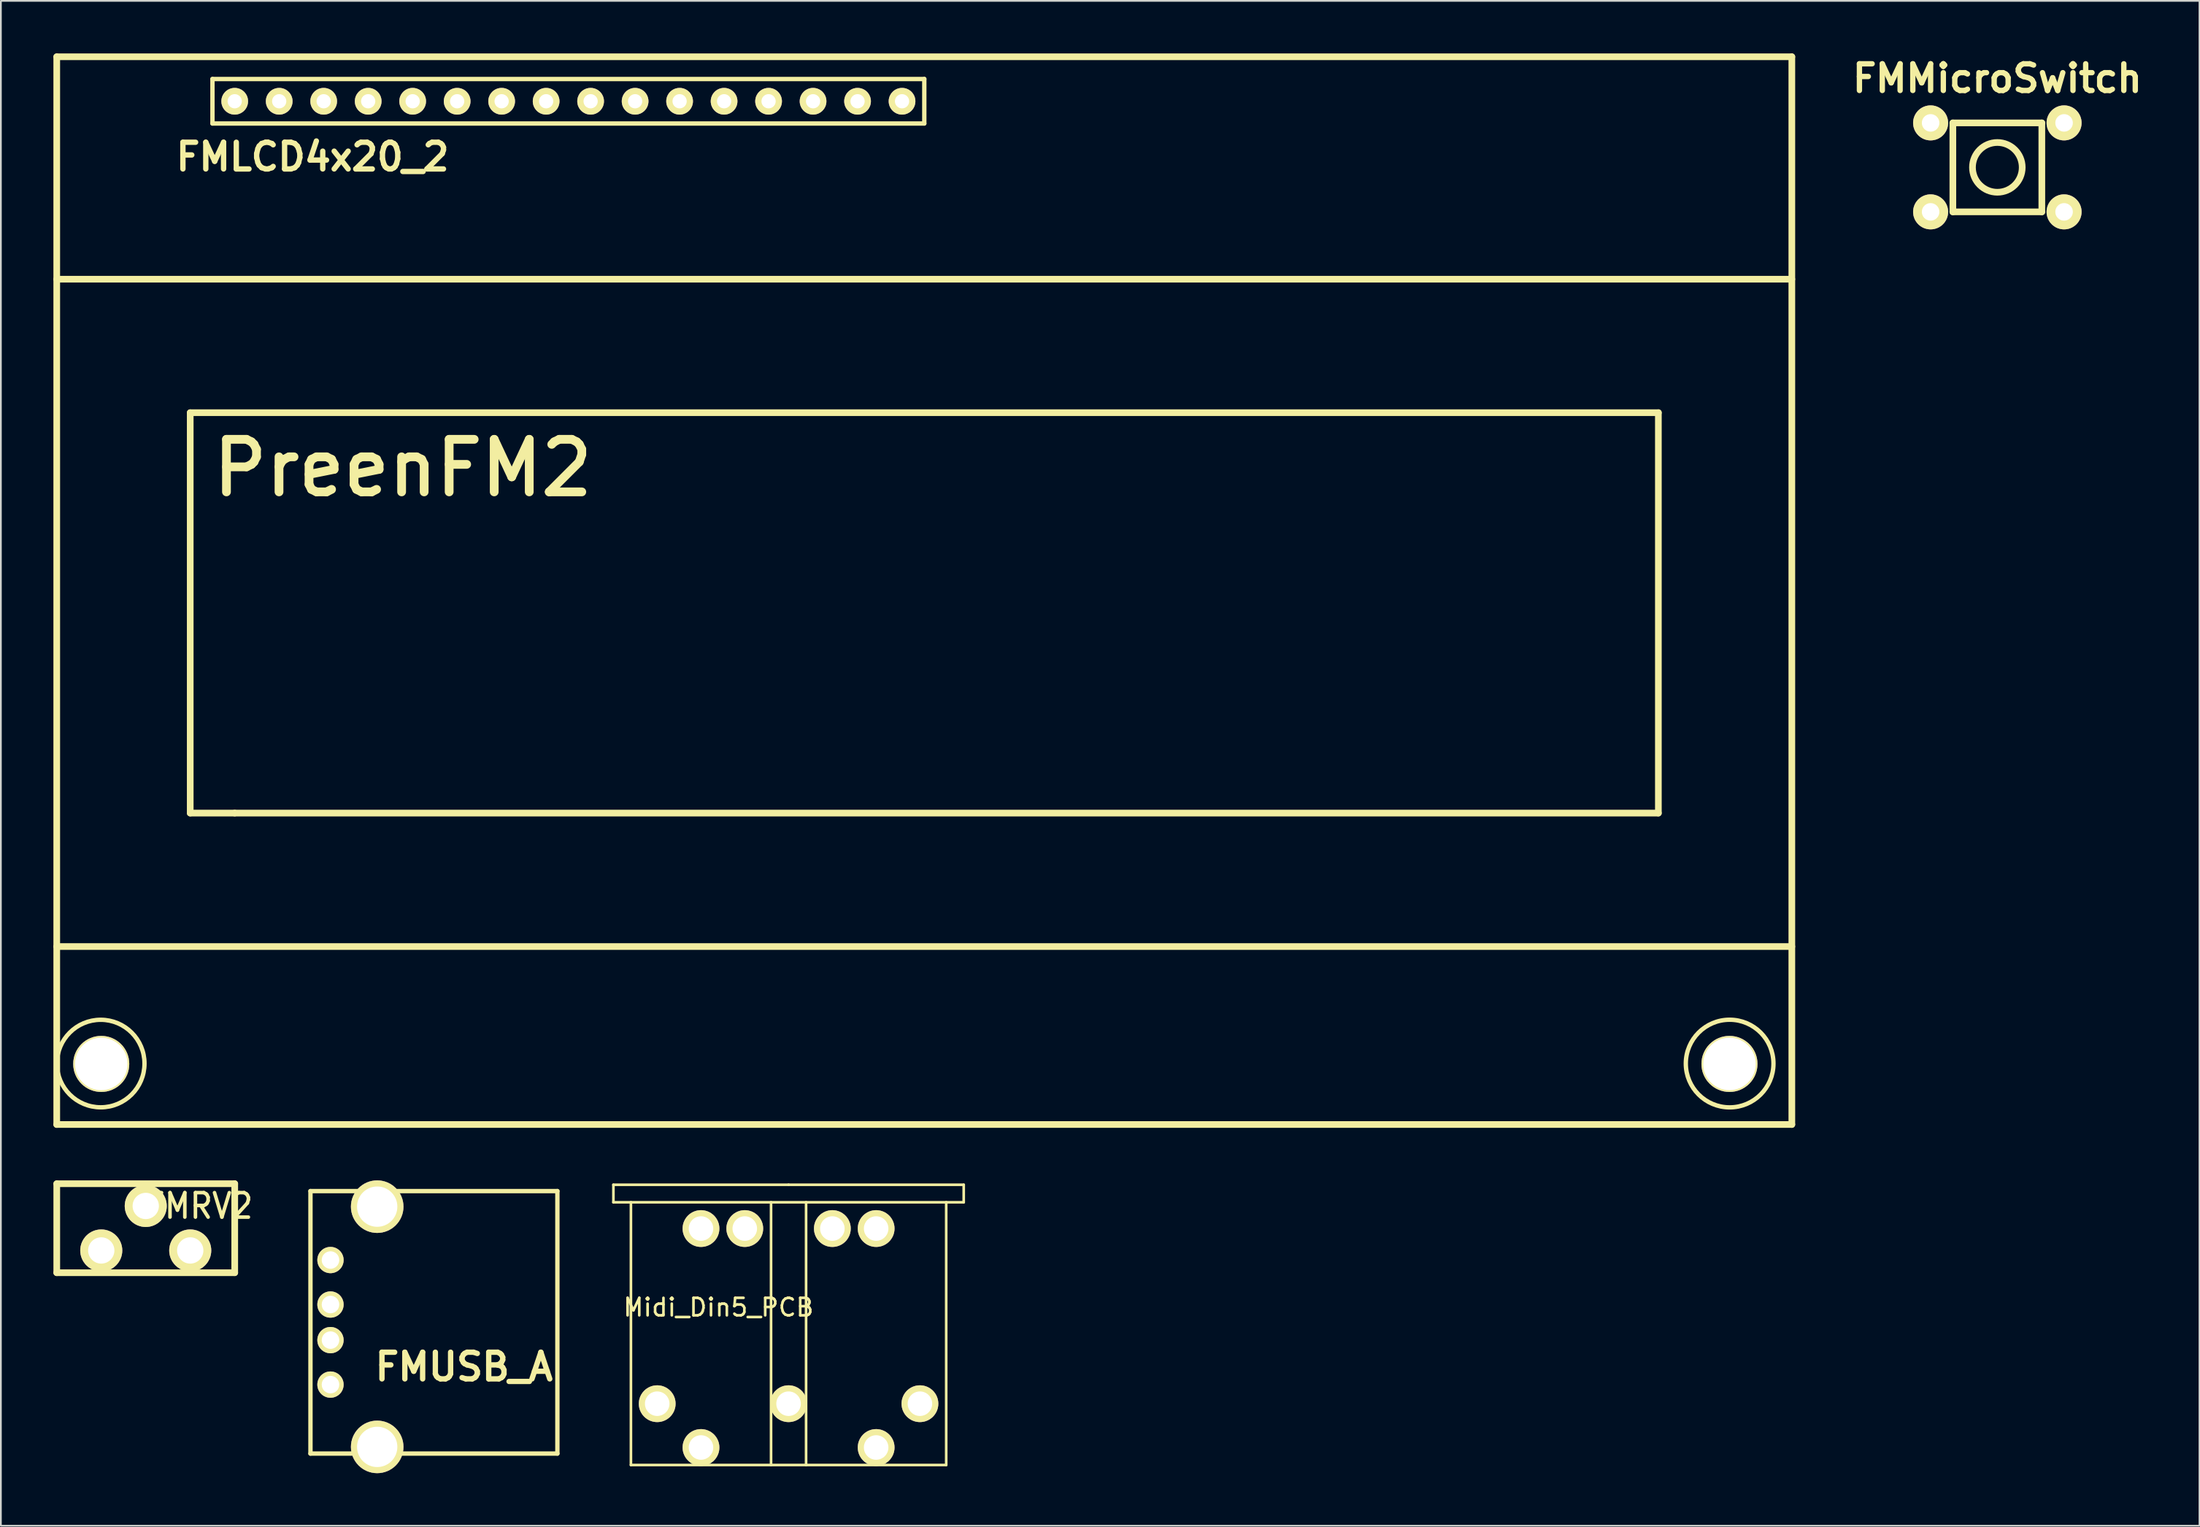
<source format=kicad_pcb>
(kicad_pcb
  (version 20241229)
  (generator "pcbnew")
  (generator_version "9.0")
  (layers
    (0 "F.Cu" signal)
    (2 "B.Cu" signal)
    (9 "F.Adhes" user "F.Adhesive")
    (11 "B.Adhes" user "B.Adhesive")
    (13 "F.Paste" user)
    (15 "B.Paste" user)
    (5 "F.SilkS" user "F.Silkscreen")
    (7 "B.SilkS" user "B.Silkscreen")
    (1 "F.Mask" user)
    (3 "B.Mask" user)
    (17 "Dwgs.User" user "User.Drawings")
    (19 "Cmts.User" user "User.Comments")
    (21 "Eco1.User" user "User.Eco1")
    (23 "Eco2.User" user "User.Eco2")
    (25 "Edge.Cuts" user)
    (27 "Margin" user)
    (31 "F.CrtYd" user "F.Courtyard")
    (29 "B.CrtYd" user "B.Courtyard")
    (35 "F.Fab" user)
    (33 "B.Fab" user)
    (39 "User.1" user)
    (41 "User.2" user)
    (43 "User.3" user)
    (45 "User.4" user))
  (footprint "FMMicroSwitch"
    (layer "F.Cu")
    (at 110.983 6.506)
    (property "Reference" "FMMicroSwitch" (at 0 -5.08 0) (layer "F.SilkS") (effects (font (size 1.524 1.524) (thickness 0.305))))
    (attr through_hole)
    (fp_line (start -2.54 -2.54) (end 2.54 -2.54) (stroke (width 0.381) (type solid)) (layer "F.SilkS"))
    (fp_line (start -2.54 2.54) (end -2.54 -2.54) (stroke (width 0.381) (type solid)) (layer "F.SilkS"))
    (fp_line (start 2.54 -2.54) (end 2.54 2.54) (stroke (width 0.381) (type solid)) (layer "F.SilkS"))
    (fp_line (start 2.54 2.54) (end -2.54 2.54) (stroke (width 0.381) (type solid)) (layer "F.SilkS"))
    (fp_circle (center 0 0) (end 1.27 0.635) (stroke (width 0.381) (type solid)) (fill no) (layer "F.SilkS"))
    (pad "" thru_hole circle (at 3.81 -2.54) (size 1.999 1.999) (drill 1.001) (layers "*.Cu" "*.Mask" "F.SilkS"))
    (pad "" thru_hole circle (at 3.81 2.54) (size 1.999 1.999) (drill 1.001) (layers "*.Cu" "*.Mask" "F.SilkS"))
    (pad "1" thru_hole circle (at -3.81 -2.54) (size 1.999 1.999) (drill 1.001) (layers "*.Cu" "*.Mask" "F.SilkS"))
    (pad "2" thru_hole circle (at -3.81 2.54) (size 1.999 1.999) (drill 1.001) (layers "*.Cu" "*.Mask" "F.SilkS")))
  (footprint "FMLCD4x20_2"
    (layer "F.Cu")
    (at 48.45 30.671)
    (property "Reference" "FMLCD4x20_2" (at -33.655 -24.765 0) (layer "F.SilkS") (effects (font (size 1.524 1.524) (thickness 0.305))))
    (attr through_hole)
    (fp_line (start -48.26 -30.48) (end 50.8 -30.48) (stroke (width 0.381) (type solid)) (layer "F.SilkS"))
    (fp_line (start -48.26 -17.78) (end 50.8 -17.78) (stroke (width 0.381) (type solid)) (layer "F.SilkS"))
    (fp_line (start -48.26 20.32) (end 50.8 20.32) (stroke (width 0.381) (type solid)) (layer "F.SilkS"))
    (fp_line (start -48.26 30.48) (end -48.26 -30.48) (stroke (width 0.381) (type solid)) (layer "F.SilkS"))
    (fp_line (start -40.64 -10.16) (end 43.18 -10.16) (stroke (width 0.381) (type solid)) (layer "F.SilkS"))
    (fp_line (start -40.64 12.7) (end -40.64 -10.16) (stroke (width 0.381) (type solid)) (layer "F.SilkS"))
    (fp_line (start -39.37 -29.21) (end -39.37 -26.67) (stroke (width 0.249) (type solid)) (layer "F.SilkS"))
    (fp_line (start -39.37 -26.67) (end 1.27 -26.67) (stroke (width 0.249) (type solid)) (layer "F.SilkS"))
    (fp_line (start -38.1 12.7) (end -40.64 12.7) (stroke (width 0.381) (type solid)) (layer "F.SilkS"))
    (fp_line (start 1.27 -29.21) (end -39.37 -29.21) (stroke (width 0.249) (type solid)) (layer "F.SilkS"))
    (fp_line (start 1.27 -26.67) (end 1.27 -29.21) (stroke (width 0.249) (type solid)) (layer "F.SilkS"))
    (fp_line (start 43.18 -10.16) (end 43.18 12.7) (stroke (width 0.381) (type solid)) (layer "F.SilkS"))
    (fp_line (start 43.18 12.7) (end -38.1 12.7) (stroke (width 0.381) (type solid)) (layer "F.SilkS"))
    (fp_line (start 50.8 -30.48) (end 50.8 30.48) (stroke (width 0.381) (type solid)) (layer "F.SilkS"))
    (fp_line (start 50.8 30.48) (end -48.26 30.48) (stroke (width 0.381) (type solid)) (layer "F.SilkS"))
    (fp_circle (center -45.75 27) (end -43.251 27) (stroke (width 0.249) (type solid)) (fill no) (layer "F.SilkS"))
    (fp_circle (center 47.249 27) (end 49.751 27) (stroke (width 0.249) (type solid)) (fill no) (layer "F.SilkS"))
    (fp_text user "PreenFM2" (at -28.499 -7 0) (layer "F.SilkS") (effects (font (size 3 3) (thickness 0.5))))
    (pad "" thru_hole circle (at -45.72 27.021) (size 3.2 3.2) (drill 3) (layers "*.Cu" "*.Mask" "F.SilkS"))
    (pad "" thru_hole circle (at 47.239 27.021) (size 3.2 3.2) (drill 3) (layers "*.Cu" "*.Mask" "F.SilkS"))
    (pad "1" thru_hole circle (at -38.1 -27.94) (size 1.524 1.524) (drill 0.813) (layers "*.Cu" "*.Mask" "F.SilkS"))
    (pad "2" thru_hole circle (at -35.56 -27.94) (size 1.524 1.524) (drill 0.813) (layers "*.Cu" "*.Mask" "F.SilkS"))
    (pad "3" thru_hole circle (at -33.02 -27.94) (size 1.524 1.524) (drill 0.813) (layers "*.Cu" "*.Mask" "F.SilkS"))
    (pad "4" thru_hole circle (at -30.48 -27.94) (size 1.524 1.524) (drill 0.813) (layers "*.Cu" "*.Mask" "F.SilkS"))
    (pad "5" thru_hole circle (at -27.94 -27.94) (size 1.524 1.524) (drill 0.813) (layers "*.Cu" "*.Mask" "F.SilkS"))
    (pad "6" thru_hole circle (at -25.4 -27.94) (size 1.524 1.524) (drill 0.813) (layers "*.Cu" "*.Mask" "F.SilkS"))
    (pad "7" thru_hole circle (at -22.86 -27.94) (size 1.524 1.524) (drill 0.813) (layers "*.Cu" "*.Mask" "F.SilkS"))
    (pad "8" thru_hole circle (at -20.32 -27.94) (size 1.524 1.524) (drill 0.813) (layers "*.Cu" "*.Mask" "F.SilkS"))
    (pad "9" thru_hole circle (at -17.78 -27.94) (size 1.524 1.524) (drill 0.813) (layers "*.Cu" "*.Mask" "F.SilkS"))
    (pad "10" thru_hole circle (at -15.24 -27.94) (size 1.524 1.524) (drill 0.813) (layers "*.Cu" "*.Mask" "F.SilkS"))
    (pad "11" thru_hole circle (at -12.7 -27.94) (size 1.524 1.524) (drill 0.813) (layers "*.Cu" "*.Mask" "F.SilkS"))
    (pad "12" thru_hole circle (at -10.16 -27.94) (size 1.524 1.524) (drill 0.813) (layers "*.Cu" "*.Mask" "F.SilkS"))
    (pad "13" thru_hole circle (at -7.62 -27.94) (size 1.524 1.524) (drill 0.813) (layers "*.Cu" "*.Mask" "F.SilkS"))
    (pad "14" thru_hole circle (at -5.08 -27.94) (size 1.524 1.524) (drill 0.813) (layers "*.Cu" "*.Mask" "F.SilkS"))
    (pad "15" thru_hole circle (at -2.54 -27.94) (size 1.524 1.524) (drill 0.813) (layers "*.Cu" "*.Mask" "F.SilkS"))
    (pad "16" thru_hole circle (at 0 -27.94) (size 1.524 1.524) (drill 0.813) (layers "*.Cu" "*.Mask" "F.SilkS")))
  (footprint "Midi_Din5_PCB"
    (layer "F.Cu")
    (at 41.971 64.591)
    (property "Reference" "Midi_Din5_PCB" (at -4 7 0) (layer "F.SilkS") (effects (font (size 1 1) (thickness 0.15))))
    (attr through_hole)
    (fp_line (start -10 0) (end -10 1) (stroke (width 0.15) (type solid)) (layer "F.SilkS"))
    (fp_line (start -10 1) (end 10 1) (stroke (width 0.15) (type solid)) (layer "F.SilkS"))
    (fp_line (start -9 1) (end -9 16) (stroke (width 0.15) (type solid)) (layer "F.SilkS"))
    (fp_line (start -9 16) (end 9 16) (stroke (width 0.15) (type solid)) (layer "F.SilkS"))
    (fp_line (start -1 1) (end -1 16) (stroke (width 0.15) (type solid)) (layer "F.SilkS"))
    (fp_line (start 0 0) (end -10 0) (stroke (width 0.15) (type solid)) (layer "F.SilkS"))
    (fp_line (start 1 16) (end 1 1) (stroke (width 0.15) (type solid)) (layer "F.SilkS"))
    (fp_line (start 9 16) (end 9 1) (stroke (width 0.15) (type solid)) (layer "F.SilkS"))
    (fp_line (start 10 0) (end 0 0) (stroke (width 0.15) (type solid)) (layer "F.SilkS"))
    (fp_line (start 10 1) (end 10 0) (stroke (width 0.15) (type solid)) (layer "F.SilkS"))
    (pad "" thru_hole circle (at -5 2.5) (size 2.1 2.1) (drill 1.4) (layers "*.Cu" "*.Mask" "F.SilkS"))
    (pad "" thru_hole circle (at -2.5 2.5) (size 2.1 2.1) (drill 1.4) (layers "*.Cu" "*.Mask" "F.SilkS"))
    (pad "" thru_hole circle (at 2.5 2.5) (size 2.1 2.1) (drill 1.4) (layers "*.Cu" "*.Mask" "F.SilkS"))
    (pad "" thru_hole circle (at 5 2.5) (size 2.1 2.1) (drill 1.4) (layers "*.Cu" "*.Mask" "F.SilkS"))
    (pad "1" thru_hole circle (at -7.5 12.5) (size 2.1 2.1) (drill 1.4) (layers "*.Cu" "*.Mask" "F.SilkS"))
    (pad "2" thru_hole circle (at 0 12.5) (size 2.1 2.1) (drill 1.4) (layers "*.Cu" "*.Mask" "F.SilkS"))
    (pad "3" thru_hole circle (at 7.5 12.5) (size 2.1 2.1) (drill 1.4) (layers "*.Cu" "*.Mask" "F.SilkS"))
    (pad "4" thru_hole circle (at -5 15) (size 2.1 2.1) (drill 1.4) (layers "*.Cu" "*.Mask" "F.SilkS"))
    (pad "5" thru_hole circle (at 5 15) (size 2.1 2.1) (drill 1.4) (layers "*.Cu" "*.Mask" "F.SilkS")))
  (footprint "FMUSB_A"
    (layer "F.Cu")
    (at 15.818 72.445)
    (property "Reference" "FMUSB_A" (at 7.62 2.54 0) (layer "F.SilkS") (effects (font (size 1.524 1.524) (thickness 0.305))))
    (attr through_hole)
    (fp_line (start -1.143 -7.493) (end -1.143 7.493) (stroke (width 0.249) (type solid)) (layer "F.SilkS"))
    (fp_line (start -1.143 -7.493) (end 12.954 -7.493) (stroke (width 0.249) (type solid)) (layer "F.SilkS"))
    (fp_line (start 12.954 -7.493) (end 12.954 7.493) (stroke (width 0.249) (type solid)) (layer "F.SilkS"))
    (fp_line (start 12.954 7.493) (end -1.143 7.493) (stroke (width 0.249) (type solid)) (layer "F.SilkS"))
    (pad "1" thru_hole circle (at 0 3.556) (size 1.501 1.501) (drill 1.001) (layers "*.Cu" "*.Mask" "F.SilkS"))
    (pad "2" thru_hole circle (at 0 1.016) (size 1.501 1.501) (drill 1.001) (layers "*.Cu" "*.Mask" "F.SilkS"))
    (pad "3" thru_hole circle (at 0 -1.016) (size 1.501 1.501) (drill 1.001) (layers "*.Cu" "*.Mask" "F.SilkS"))
    (pad "4" thru_hole circle (at 0 -3.556) (size 1.501 1.501) (drill 1.001) (layers "*.Cu" "*.Mask" "F.SilkS"))
    (pad "5" thru_hole circle (at 2.667 -6.604) (size 3 3) (drill 2.301) (layers "*.Cu" "*.Mask" "F.SilkS"))
    (pad "6" thru_hole circle (at 2.667 7.112) (size 3 3) (drill 2.301) (layers "*.Cu" "*.Mask" "F.SilkS")))
  (footprint "FMRV2"
    (layer "F.Cu")
    (at 5.271 67.072)
    (property "Reference" "FMRV2" (at 3.048 -1.27 0) (layer "F.SilkS") (effects (font (size 1.397 1.27) (thickness 0.203))))
    (attr through_hole)
    (fp_line (start -5.08 -2.54) (end -5.08 2.54) (stroke (width 0.381) (type solid)) (layer "F.SilkS"))
    (fp_line (start -5.08 2.54) (end 5.08 2.54) (stroke (width 0.381) (type solid)) (layer "F.SilkS"))
    (fp_line (start 5.08 -2.54) (end -5.08 -2.54) (stroke (width 0.381) (type solid)) (layer "F.SilkS"))
    (fp_line (start 5.08 2.54) (end 5.08 -2.54) (stroke (width 0.381) (type solid)) (layer "F.SilkS"))
    (pad "1" thru_hole circle (at -2.54 1.27) (size 2.4 2.4) (drill 1.501) (layers "*.Cu" "*.Mask" "F.SilkS"))
    (pad "2" thru_hole circle (at 0 -1.27) (size 2.4 2.4) (drill 1.501) (layers "*.Cu" "*.Mask" "F.SilkS"))
    (pad "3" thru_hole circle (at 2.54 1.27) (size 2.4 2.4) (drill 1.501) (layers "*.Cu" "*.Mask" "F.SilkS")))
  (gr_rect
    (start -3 -3)
    (end 122.524 84.057)
    (stroke (width 0.1) (type default))
    (fill no)
    (layer "Edge.Cuts")))
</source>
